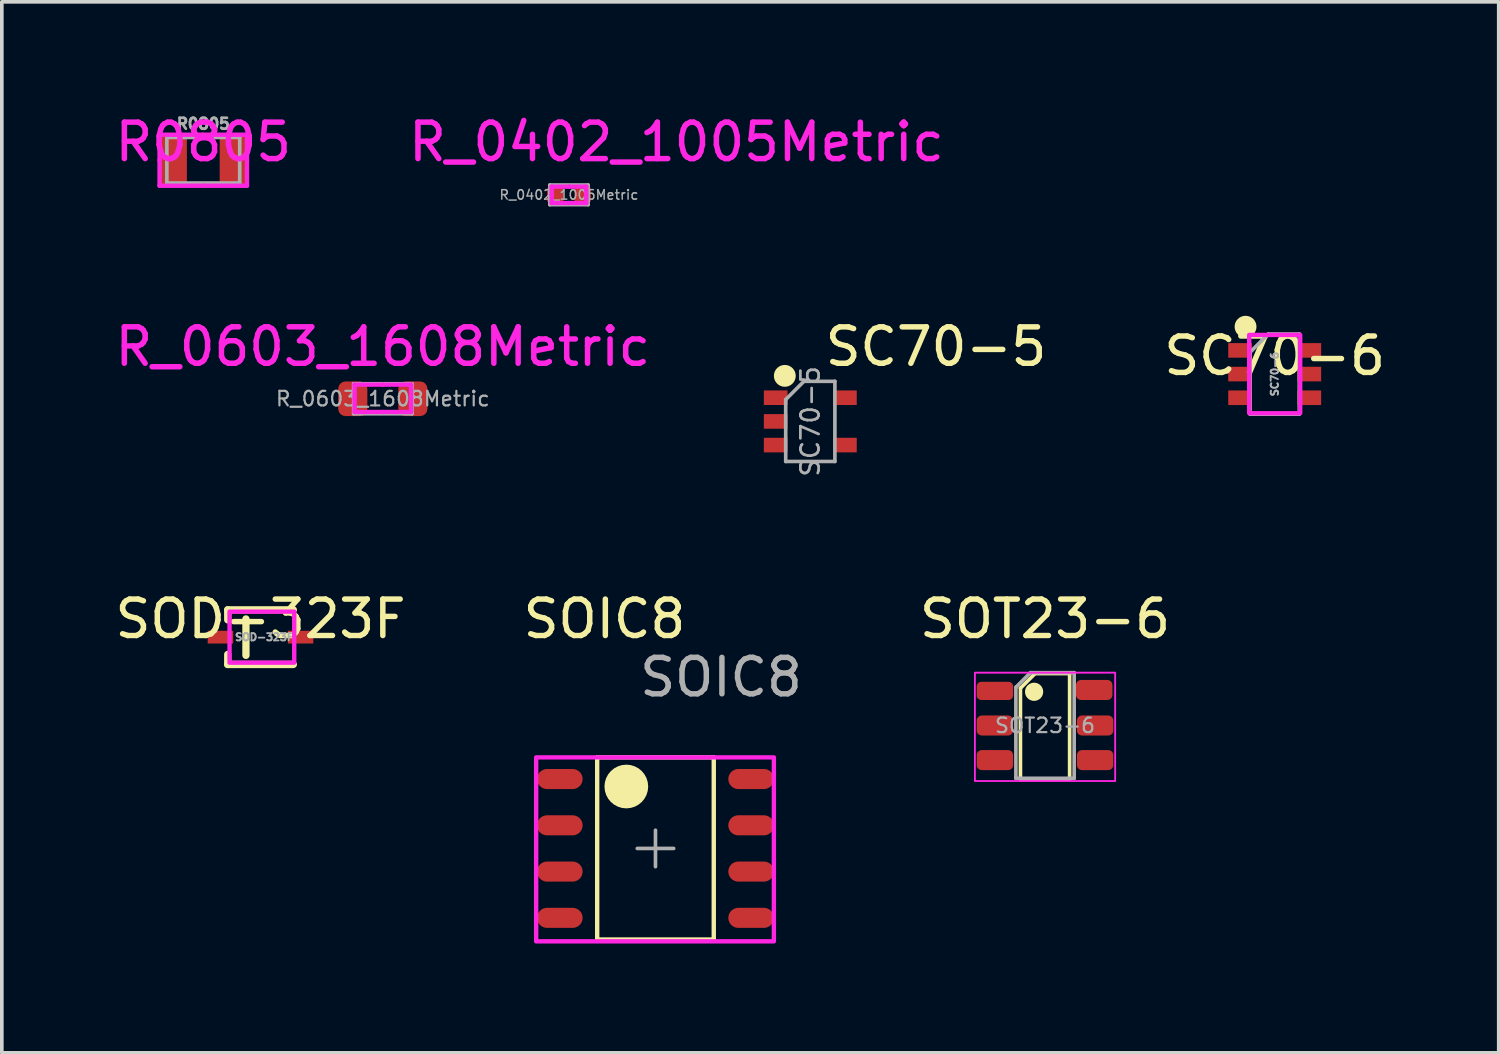
<source format=kicad_pcb>
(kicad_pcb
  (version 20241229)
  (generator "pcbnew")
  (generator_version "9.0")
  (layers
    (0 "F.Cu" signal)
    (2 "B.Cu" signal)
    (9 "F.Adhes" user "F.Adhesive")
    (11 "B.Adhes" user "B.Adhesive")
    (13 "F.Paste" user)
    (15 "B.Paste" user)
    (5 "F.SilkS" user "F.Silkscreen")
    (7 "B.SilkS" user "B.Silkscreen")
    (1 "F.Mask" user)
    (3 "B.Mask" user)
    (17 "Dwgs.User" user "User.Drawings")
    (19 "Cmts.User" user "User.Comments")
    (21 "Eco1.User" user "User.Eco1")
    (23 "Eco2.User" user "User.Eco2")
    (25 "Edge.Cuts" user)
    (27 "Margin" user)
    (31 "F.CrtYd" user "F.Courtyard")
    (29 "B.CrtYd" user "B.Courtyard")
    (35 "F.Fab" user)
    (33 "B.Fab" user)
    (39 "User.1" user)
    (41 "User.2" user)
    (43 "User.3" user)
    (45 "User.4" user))
  (footprint "SC70-6"
    (layer "F.Cu")
    (at 31.939 7.218)
    (property "Reference" "SC70-6" (at 0 -0.5 0) (unlocked yes) (layer "F.SilkS") (effects (font (size 1 1) (thickness 0.15))))
    (attr smd)
    (fp_circle (center -0.8 -1.3) (end -0.65 -1.3) (stroke (width 0.3) (type default)) (fill no) (layer "F.SilkS"))
    (fp_rect (start -0.7 -1.075) (end 0.7 1.075) (stroke (width 0.12) (type default)) (fill no) (layer "F.CrtYd"))
    (fp_line (start -0.675 -0.6) (end -0.675 1.1) (stroke (width 0.1) (type solid)) (layer "F.Fab"))
    (fp_line (start -0.175 -1.1) (end -0.675 -0.6) (stroke (width 0.1) (type solid)) (layer "F.Fab"))
    (fp_line (start 0.675 -1.1) (end -0.175 -1.1) (stroke (width 0.1) (type solid)) (layer "F.Fab"))
    (fp_line (start 0.675 -1.1) (end 0.675 1.1) (stroke (width 0.1) (type solid)) (layer "F.Fab"))
    (fp_line (start 0.675 1.1) (end -0.675 1.1) (stroke (width 0.1) (type solid)) (layer "F.Fab"))
    (fp_text user "${REFERENCE}" (at 0 0 90) (layer "F.Fab") (effects (font (size 0.2 0.2) (thickness 0.05) (bold yes))))
    (pad "1" smd rect (at -0.95 -0.65) (size 0.65 0.4) (layers "F.Cu" "F.Mask" "F.Paste"))
    (pad "2" smd rect (at -0.95 0) (size 0.65 0.4) (layers "F.Cu" "F.Mask" "F.Paste"))
    (pad "3" smd rect (at -0.95 0.65) (size 0.65 0.4) (layers "F.Cu" "F.Mask" "F.Paste"))
    (pad "4" smd rect (at 0.95 0.65) (size 0.65 0.4) (layers "F.Cu" "F.Mask" "F.Paste"))
    (pad "5" smd rect (at 0.95 0) (size 0.65 0.4) (layers "F.Cu" "F.Mask" "F.Paste"))
    (pad "6" smd rect (at 0.95 -0.65) (size 0.65 0.4) (layers "F.Cu" "F.Mask" "F.Paste")))
  (footprint "SOIC8"
    (layer "F.Cu")
    (at 14.942 20.239)
    (property "Reference" "SOIC8" (at -1.4 -6.3 0) (unlocked yes) (layer "F.SilkS") (effects (font (size 1 1) (thickness 0.15))))
    (attr smd)
    (fp_line (start -1.6 -2.5) (end -1.6 2.5) (stroke (width 0.12) (type default)) (layer "F.SilkS"))
    (fp_line (start -1.6 -2.5) (end 1.6 -2.5) (stroke (width 0.12) (type default)) (layer "F.SilkS"))
    (fp_line (start -1.6 2.5) (end 1.6 2.5) (stroke (width 0.12) (type default)) (layer "F.SilkS"))
    (fp_line (start 1.6 -2.5) (end 1.6 2.5) (stroke (width 0.12) (type default)) (layer "F.SilkS"))
    (fp_circle (center -0.8 -1.7) (end -0.5 -1.7) (stroke (width 0.6) (type default)) (fill no) (layer "F.SilkS"))
    (fp_rect (start -3.275 -2.5) (end 3.25 2.55) (stroke (width 0.12) (type default)) (fill no) (layer "F.CrtYd"))
    (fp_line (start 0 -0.5) (end 0 0.5) (stroke (width 0.1) (type default)) (layer "F.Fab"))
    (fp_line (start 0.5 0) (end -0.5 0) (stroke (width 0.1) (type default)) (layer "F.Fab"))
    (fp_text user "${REFERENCE}" (at 1.8 -4.7 0) (unlocked yes) (layer "F.Fab") (effects (font (size 1 1) (thickness 0.15))))
    (pad "1" smd oval (at -2.625 -1.905 90) (size 0.55 1.25) (layers "F.Cu" "F.Mask" "F.Paste"))
    (pad "2" smd oval (at -2.625 -0.635 90) (size 0.55 1.25) (layers "F.Cu" "F.Mask" "F.Paste"))
    (pad "3" smd oval (at -2.625 0.635 90) (size 0.55 1.25) (layers "F.Cu" "F.Mask" "F.Paste"))
    (pad "4" smd oval (at -2.625 1.905 90) (size 0.55 1.25) (layers "F.Cu" "F.Mask" "F.Paste"))
    (pad "5" smd oval (at 2.625 1.905 90) (size 0.55 1.25) (layers "F.Cu" "F.Mask" "F.Paste"))
    (pad "6" smd oval (at 2.625 0.635 90) (size 0.55 1.25) (layers "F.Cu" "F.Mask" "F.Paste"))
    (pad "7" smd oval (at 2.625 -0.635 90) (size 0.55 1.25) (layers "F.Cu" "F.Mask" "F.Paste"))
    (pad "8" smd oval (at 2.625 -1.905 90) (size 0.55 1.25) (layers "F.Cu" "F.Mask" "F.Paste")))
  (footprint "R_0402_1005Metric"
    (layer "F.Cu")
    (at 12.568 2.298)
    (property "Reference" "R_0402_1005Metric" (at 2.95 -1.45 0) (layer "F.CrtYd") (effects (font (size 1 1) (thickness 0.15))))
    (attr smd)
    (fp_line (start -0.475 0) (end -0.475 -0.225) (stroke (width 0.12) (type default)) (layer "F.CrtYd"))
    (fp_line (start -0.475 0) (end -0.475 0.225) (stroke (width 0.12) (type default)) (layer "F.CrtYd"))
    (fp_line (start 0 -0.225) (end -0.475 -0.225) (stroke (width 0.12) (type default)) (layer "F.CrtYd"))
    (fp_line (start 0 -0.225) (end 0.475 -0.225) (stroke (width 0.12) (type default)) (layer "F.CrtYd"))
    (fp_line (start 0 0.225) (end -0.475 0.225) (stroke (width 0.12) (type default)) (layer "F.CrtYd"))
    (fp_line (start 0 0.225) (end 0.475 0.225) (stroke (width 0.12) (type default)) (layer "F.CrtYd"))
    (fp_line (start 0.475 0) (end 0.475 -0.225) (stroke (width 0.12) (type default)) (layer "F.CrtYd"))
    (fp_line (start 0.475 0) (end 0.475 0.225) (stroke (width 0.12) (type default)) (layer "F.CrtYd"))
    (fp_line (start -0.525 -0.27) (end 0.525 -0.27) (stroke (width 0.1) (type solid)) (layer "F.Fab"))
    (fp_line (start -0.525 0.27) (end -0.525 -0.27) (stroke (width 0.1) (type solid)) (layer "F.Fab"))
    (fp_line (start 0.525 -0.27) (end 0.525 0.27) (stroke (width 0.1) (type solid)) (layer "F.Fab"))
    (fp_line (start 0.525 0.27) (end -0.525 0.27) (stroke (width 0.1) (type solid)) (layer "F.Fab"))
    (fp_text user "${REFERENCE}" (at 0 0 0) (layer "F.Fab") (effects (font (size 0.26 0.26) (thickness 0.04))))
    (pad "1" smd roundrect (at -0.375 0) (size 0.45 0.5) (layers "F.Cu" "F.Mask" "F.Paste") (roundrect_rratio 0.25))
    (pad "2" smd roundrect (at 0.375 0) (size 0.45 0.5) (layers "F.Cu" "F.Mask" "F.Paste") (roundrect_rratio 0.25)))
  (footprint "R_0603_1608Metric"
    (layer "F.Cu")
    (at 7.458 7.896)
    (property "Reference" "R_0603_1608Metric" (at 0 -1.43 0) (layer "F.CrtYd") (effects (font (size 1 1) (thickness 0.15))))
    (attr smd)
    (fp_line (start -0.775 -0.013) (end -0.775 -0.388) (stroke (width 0.12) (type default)) (layer "F.CrtYd"))
    (fp_line (start -0.775 -0.013) (end -0.775 0.362) (stroke (width 0.12) (type default)) (layer "F.CrtYd"))
    (fp_line (start 0 -0.388) (end -0.775 -0.388) (stroke (width 0.12) (type default)) (layer "F.CrtYd"))
    (fp_line (start 0 -0.388) (end 0.775 -0.388) (stroke (width 0.12) (type default)) (layer "F.CrtYd"))
    (fp_line (start 0 0.362) (end -0.775 0.362) (stroke (width 0.12) (type default)) (layer "F.CrtYd"))
    (fp_line (start 0 0.362) (end 0.775 0.362) (stroke (width 0.12) (type default)) (layer "F.CrtYd"))
    (fp_line (start 0.775 -0.013) (end 0.775 -0.388) (stroke (width 0.12) (type default)) (layer "F.CrtYd"))
    (fp_line (start 0.775 -0.013) (end 0.775 0.362) (stroke (width 0.12) (type default)) (layer "F.CrtYd"))
    (fp_line (start -0.8 -0.412) (end 0.8 -0.412) (stroke (width 0.1) (type solid)) (layer "F.Fab"))
    (fp_line (start -0.8 0.412) (end -0.8 -0.412) (stroke (width 0.1) (type solid)) (layer "F.Fab"))
    (fp_line (start 0.8 -0.412) (end 0.8 0.412) (stroke (width 0.1) (type solid)) (layer "F.Fab"))
    (fp_line (start 0.8 0.412) (end -0.8 0.412) (stroke (width 0.1) (type solid)) (layer "F.Fab"))
    (fp_text user "${REFERENCE}" (at 0 0 0) (layer "F.Fab") (effects (font (size 0.4 0.4) (thickness 0.06))))
    (pad "1" smd roundrect (at -0.825 0) (size 0.8 0.95) (layers "F.Cu" "F.Mask" "F.Paste") (roundrect_rratio 0.25))
    (pad "2" smd roundrect (at 0.825 0) (size 0.8 0.95) (layers "F.Cu" "F.Mask" "F.Paste") (roundrect_rratio 0.25)))
  (footprint "SOD-323F"
    (layer "F.Cu")
    (at 4.101 14.439)
    (property "Reference" "SOD-323F" (at 0 -0.5 0) (unlocked yes) (layer "F.SilkS") (effects (font (size 1 1) (thickness 0.15))))
    (attr smd)
    (fp_line (start -0.9 -0.75) (end 0.9 -0.75) (stroke (width 0.2) (type solid)) (layer "F.SilkS"))
    (fp_line (start -0.9 -0.475) (end -0.9 -0.75) (stroke (width 0.2) (type solid)) (layer "F.SilkS"))
    (fp_line (start -0.9 0.75) (end -0.9 0.475) (stroke (width 0.2) (type solid)) (layer "F.SilkS"))
    (fp_line (start -0.9 0.75) (end 0.9 0.75) (stroke (width 0.2) (type solid)) (layer "F.SilkS"))
    (fp_line (start -0.4 0.5) (end -0.4 -0.5) (stroke (width 0.2) (type solid)) (layer "F.SilkS"))
    (fp_rect (start -0.85 -0.7) (end 0.925 0.7) (stroke (width 0.12) (type default)) (fill no) (layer "F.CrtYd"))
    (fp_text user "${REFERENCE}" (at 0.1 0 0) (unlocked yes) (layer "F.Fab") (effects (font (size 0.2 0.2) (thickness 0.05))))
    (pad "1" smd rect (at -1.1 0 90) (size 0.35 0.7) (layers "F.Cu" "F.Mask" "F.Paste"))
    (pad "2" smd rect (at 1.1 0 90) (size 0.35 0.7) (layers "F.Cu" "F.Mask" "F.Paste")))
  (footprint "R0805"
    (layer "F.Cu")
    (at 2.53 1.348)
    (property "Reference" "R0805" (at 0 -0.5 0) (unlocked yes) (layer "F.CrtYd") (effects (font (size 1 1) (thickness 0.15))))
    (attr smd)
    (fp_line (start -1.2 0) (end -1.2 -0.7) (stroke (width 0.12) (type default)) (layer "F.CrtYd"))
    (fp_line (start -1.2 0) (end -1.2 0.7) (stroke (width 0.12) (type default)) (layer "F.CrtYd"))
    (fp_line (start 0 -0.7) (end -1.2 -0.7) (stroke (width 0.12) (type default)) (layer "F.CrtYd"))
    (fp_line (start 0 -0.7) (end 1.2 -0.7) (stroke (width 0.12) (type default)) (layer "F.CrtYd"))
    (fp_line (start 0 0.7) (end -1.2 0.7) (stroke (width 0.12) (type default)) (layer "F.CrtYd"))
    (fp_line (start 0 0.7) (end 1.2 0.7) (stroke (width 0.12) (type default)) (layer "F.CrtYd"))
    (fp_line (start 1.2 0) (end 1.2 -0.7) (stroke (width 0.12) (type default)) (layer "F.CrtYd"))
    (fp_line (start 1.2 0) (end 1.2 0.7) (stroke (width 0.12) (type default)) (layer "F.CrtYd"))
    (fp_line (start -1 -0.625) (end 1 -0.625) (stroke (width 0.1) (type solid)) (layer "F.Fab"))
    (fp_line (start -1 0.625) (end -1 -0.625) (stroke (width 0.1) (type solid)) (layer "F.Fab"))
    (fp_line (start 1 -0.625) (end 1 0.625) (stroke (width 0.1) (type solid)) (layer "F.Fab"))
    (fp_line (start 1 0.625) (end -1 0.625) (stroke (width 0.1) (type solid)) (layer "F.Fab"))
    (fp_text user "${REFERENCE}" (at 0 -1 0) (layer "F.Fab") (effects (font (size 0.3 0.3) (thickness 0.075))))
    (pad "1" smd roundrect (at -0.825 0) (size 0.75 1.4) (layers "F.Cu" "F.Mask" "F.Paste") (roundrect_rratio 0.12))
    (pad "2" smd roundrect (at 0.825 0) (size 0.75 1.4) (layers "F.Cu" "F.Mask" "F.Paste") (roundrect_rratio 0.12)))
  (footprint "SC70-5"
    (layer "F.Cu")
    (at 19.192 8.517)
    (property "Reference" "SC70-5" (at 3.45 -2.05 0) (unlocked yes) (layer "F.SilkS") (effects (font (size 1 1) (thickness 0.15))))
    (attr smd)
    (fp_circle (center -0.7 -1.25) (end -0.55 -1.25) (stroke (width 0.3) (type solid)) (fill no) (layer "F.SilkS"))
    (fp_line (start -0.675 -0.6) (end -0.675 1.1) (stroke (width 0.1) (type solid)) (layer "F.Fab"))
    (fp_line (start -0.175 -1.1) (end -0.675 -0.6) (stroke (width 0.1) (type solid)) (layer "F.Fab"))
    (fp_line (start 0.675 -1.1) (end -0.175 -1.1) (stroke (width 0.1) (type solid)) (layer "F.Fab"))
    (fp_line (start 0.675 -1.1) (end 0.675 1.1) (stroke (width 0.1) (type solid)) (layer "F.Fab"))
    (fp_line (start 0.675 1.1) (end -0.675 1.1) (stroke (width 0.1) (type solid)) (layer "F.Fab"))
    (fp_text user "${REFERENCE}" (at 0 0 90) (layer "F.Fab") (effects (font (size 0.5 0.5) (thickness 0.075))))
    (pad "1" smd rect (at -0.95 -0.65) (size 0.65 0.4) (layers "F.Cu" "F.Mask" "F.Paste"))
    (pad "2" smd rect (at -0.95 0) (size 0.65 0.4) (layers "F.Cu" "F.Mask" "F.Paste"))
    (pad "3" smd rect (at -0.95 0.65) (size 0.65 0.4) (layers "F.Cu" "F.Mask" "F.Paste"))
    (pad "4" smd rect (at 0.95 0.65) (size 0.65 0.4) (layers "F.Cu" "F.Mask" "F.Paste"))
    (pad "5" smd rect (at 0.95 -0.65) (size 0.65 0.4) (layers "F.Cu" "F.Mask" "F.Paste")))
  (footprint "SOT23-6"
    (layer "F.Cu")
    (at 25.635 16.864)
    (property "Reference" "SOT23-6" (at 0 -2.925 0) (unlocked yes) (layer "F.SilkS") (effects (font (size 1 1) (thickness 0.15))))
    (attr smd)
    (fp_line (start -0.675 -1.025) (end -0.275 -1.425) (stroke (width 0.1) (type solid)) (layer "F.SilkS"))
    (fp_line (start -0.675 1.475) (end -0.675 -1.025) (stroke (width 0.1) (type solid)) (layer "F.SilkS"))
    (fp_line (start -0.275 -1.425) (end 0.675 -1.425) (stroke (width 0.1) (type solid)) (layer "F.SilkS"))
    (fp_line (start 0.675 -1.425) (end 0.675 1.475) (stroke (width 0.1) (type solid)) (layer "F.SilkS"))
    (fp_line (start 0.675 1.475) (end -0.675 1.475) (stroke (width 0.1) (type solid)) (layer "F.SilkS"))
    (fp_circle (center -0.3 -0.925) (end -0.175 -0.925) (stroke (width 0.25) (type default)) (fill no) (layer "F.SilkS"))
    (fp_rect (start -1.925 -1.45) (end 1.925 1.525) (stroke (width 0.05) (type default)) (fill no) (layer "F.CrtYd"))
    (fp_line (start -0.8 -1.05) (end -0.4 -1.45) (stroke (width 0.1) (type solid)) (layer "F.Fab"))
    (fp_line (start -0.8 1.45) (end -0.8 -1.05) (stroke (width 0.1) (type solid)) (layer "F.Fab"))
    (fp_line (start -0.4 -1.45) (end 0.8 -1.45) (stroke (width 0.1) (type solid)) (layer "F.Fab"))
    (fp_line (start 0.8 -1.45) (end 0.8 1.45) (stroke (width 0.1) (type solid)) (layer "F.Fab"))
    (fp_line (start 0.8 1.45) (end -0.8 1.45) (stroke (width 0.1) (type solid)) (layer "F.Fab"))
    (fp_text user "${REFERENCE}" (at 0 0 0) (layer "F.Fab") (effects (font (size 0.4 0.4) (thickness 0.06))))
    (pad "1" smd roundrect (at -1.375 -0.95) (size 1 0.5) (layers "F.Cu" "F.Mask" "F.Paste") (roundrect_rratio 0.25))
    (pad "2" smd roundrect (at -1.375 0) (size 1 0.55) (layers "F.Cu" "F.Mask" "F.Paste") (roundrect_rratio 0.25))
    (pad "3" smd roundrect (at -1.375 0.95) (size 1 0.55) (layers "F.Cu" "F.Mask" "F.Paste") (roundrect_rratio 0.25))
    (pad "4" smd roundrect (at 1.375 0.95) (size 1 0.55) (layers "F.Cu" "F.Mask" "F.Paste") (roundrect_rratio 0.25))
    (pad "5" smd roundrect (at 1.375 0) (size 1 0.55) (layers "F.Cu" "F.Mask" "F.Paste") (roundrect_rratio 0.25))
    (pad "6" smd roundrect (at 1.35 -0.975) (size 1 0.55) (layers "F.Cu" "F.Mask" "F.Paste") (roundrect_rratio 0.25)))
  (gr_rect
    (start -3 -3)
    (end 38.088 25.849)
    (stroke (width 0.1) (type default))
    (fill no)
    (layer "Edge.Cuts")))
</source>
